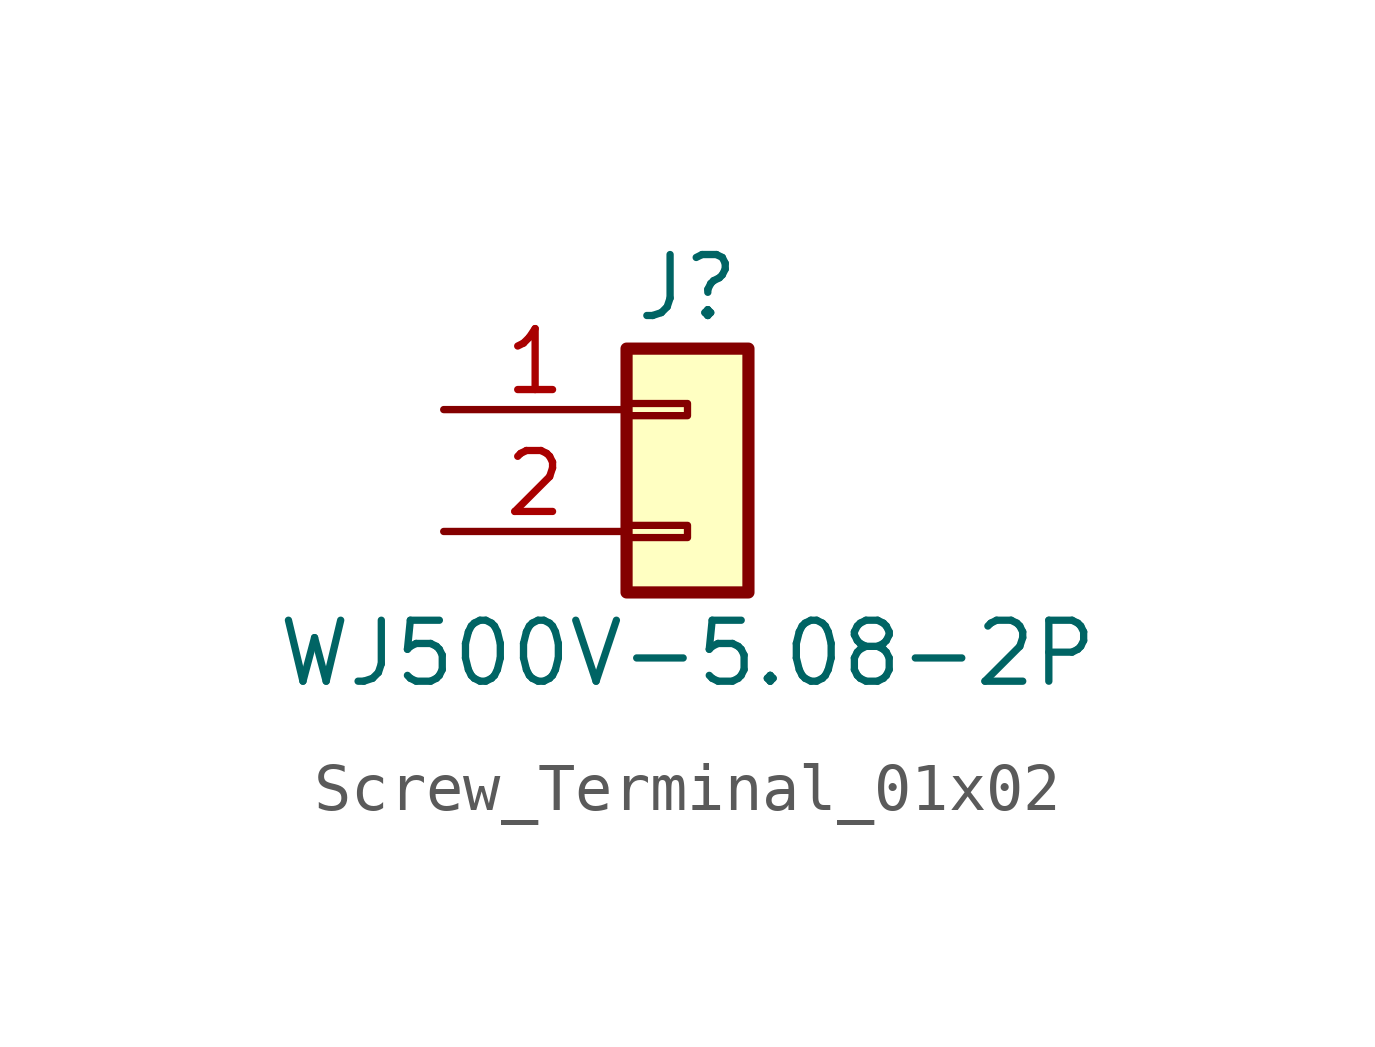
<source format=kicad_sym>
(kicad_symbol_lib
  (version 20220914)
  (generator kicad_symbol_editor)
  (symbol "Screw_Terminal_01x02"
    (pin_names
      (offset 1.016) hide)
    (property "Reference" "J"
      (at 0 2.54 0)
      (effects (font (size 1.27 1.27))))
    (property "Value" "WJ500V-5.08-2P"
      (at 0 -5.08 0)
      (effects (font (size 1.27 1.27))))
    (symbol "Screw_Terminal_01x02_1_1"
      (rectangle (start -1.27 -2.413) (end 0 -2.667) (stroke (width 0.152) (type default)) (fill (type none)))
      (rectangle (start -1.27 0.127) (end 0 -0.127) (stroke (width 0.152) (type default)) (fill (type none)))
      (rectangle (start -1.27 1.27) (end 1.27 -3.81) (stroke (width 0.254) (type default)) (fill (type background)))
      (pin passive line (at -5.08 0 0) (length 3.81) (name "Pin_1" (effects (font (size 1.27 1.27)))) (number "1" (effects (font (size 1.27 1.27)))))
      (pin passive line (at -5.08 -2.54 0) (length 3.81) (name "Pin_2" (effects (font (size 1.27 1.27)))) (number "2" (effects (font (size 1.27 1.27))))))))
</source>
